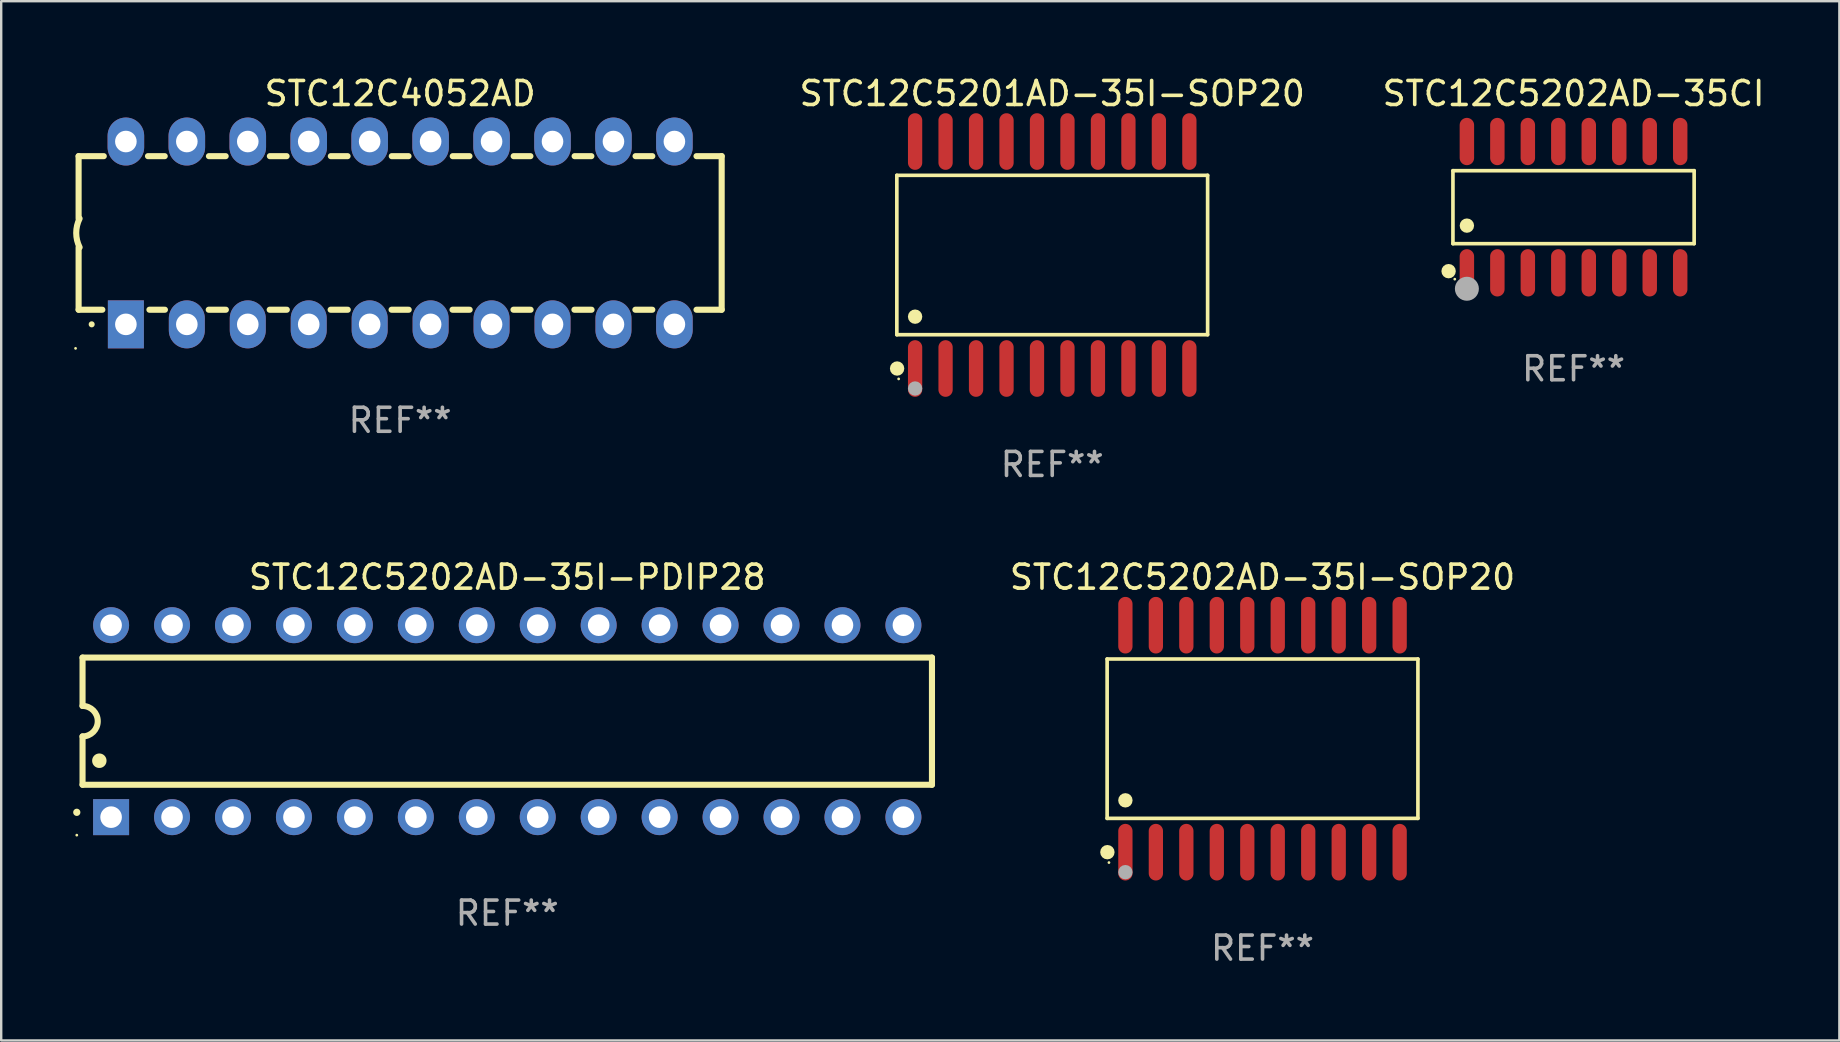
<source format=kicad_pcb>
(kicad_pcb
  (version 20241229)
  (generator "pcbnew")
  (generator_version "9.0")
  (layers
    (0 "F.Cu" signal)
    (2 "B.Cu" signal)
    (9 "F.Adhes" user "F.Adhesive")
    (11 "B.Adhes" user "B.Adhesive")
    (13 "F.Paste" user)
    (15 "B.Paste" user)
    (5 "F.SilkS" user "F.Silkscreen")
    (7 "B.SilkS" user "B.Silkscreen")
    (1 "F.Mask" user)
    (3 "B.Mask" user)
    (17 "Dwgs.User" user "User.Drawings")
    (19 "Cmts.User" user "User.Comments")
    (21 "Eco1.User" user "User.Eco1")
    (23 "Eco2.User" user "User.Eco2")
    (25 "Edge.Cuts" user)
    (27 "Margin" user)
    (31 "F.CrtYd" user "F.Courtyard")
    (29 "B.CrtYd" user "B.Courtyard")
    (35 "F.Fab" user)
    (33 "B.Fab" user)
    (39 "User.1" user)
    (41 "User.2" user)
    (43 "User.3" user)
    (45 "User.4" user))
  (footprint "STC12C5202AD-35I-PDIP28"
    (layer "F.Cu")
    (at 18.09 27.005)
    (property "Reference" "STC12C5202AD-35I-PDIP28" (at 0 -6 0) (layer "F.SilkS") (effects (font (size 1 1) (thickness 0.15))))
    (attr through_hole)
    (fp_line (start -17.7 -2.65) (end 17.7 -2.65) (stroke (width 0.254) (type solid)) (layer "F.SilkS"))
    (fp_line (start -17.7 -0.635) (end -17.7 -2.65) (stroke (width 0.254) (type solid)) (layer "F.SilkS"))
    (fp_line (start -17.7 2.65) (end -17.7 0.635) (stroke (width 0.254) (type solid)) (layer "F.SilkS"))
    (fp_line (start 17.7 -2.65) (end 17.7 2.65) (stroke (width 0.254) (type solid)) (layer "F.SilkS"))
    (fp_line (start 17.7 2.65) (end -17.7 2.65) (stroke (width 0.254) (type solid)) (layer "F.SilkS"))
    (fp_arc (start -17.940056 3.799848) (mid -17.940061 3.798578) (end -17.940056 3.797308) (stroke (width 0.3) (type solid)) (layer "F.SilkS"))
    (fp_arc (start -17.701295 -0.635001) (mid -17.066294 0) (end -17.701295 0.635001) (stroke (width 0.254001) (type solid)) (layer "F.SilkS"))
    (fp_arc (start -17.000254 1.651003) (mid -17.000265 1.648463) (end -17.000254 1.645923) (stroke (width 0.6) (type solid)) (layer "F.SilkS"))
    (fp_circle (center -17.94 4.75) (end -17.91 4.75) (stroke (width 0.06) (type solid)) (fill no) (layer "F.SilkS"))
    (fp_text user "REF**" (at 0 8 0) (layer "F.Fab") (effects (font (size 1 1) (thickness 0.15))))
    (pad "1" thru_hole rect (at -16.51 4 90) (size 1.5 1.5) (drill 0.9) (layers "*.Cu" "*.Mask"))
    (pad "2" thru_hole circle (at -13.97 4) (size 1.5 1.5) (drill 0.9) (layers "*.Cu" "*.Mask"))
    (pad "3" thru_hole circle (at -11.43 4) (size 1.5 1.5) (drill 0.9) (layers "*.Cu" "*.Mask"))
    (pad "4" thru_hole circle (at -8.89 4) (size 1.5 1.5) (drill 0.9) (layers "*.Cu" "*.Mask"))
    (pad "5" thru_hole circle (at -6.35 4) (size 1.5 1.5) (drill 0.9) (layers "*.Cu" "*.Mask"))
    (pad "6" thru_hole circle (at -3.81 4) (size 1.5 1.5) (drill 0.9) (layers "*.Cu" "*.Mask"))
    (pad "7" thru_hole circle (at -1.27 4) (size 1.5 1.5) (drill 0.9) (layers "*.Cu" "*.Mask"))
    (pad "8" thru_hole circle (at 1.27 4) (size 1.5 1.5) (drill 0.9) (layers "*.Cu" "*.Mask"))
    (pad "9" thru_hole circle (at 3.81 4) (size 1.5 1.5) (drill 0.9) (layers "*.Cu" "*.Mask"))
    (pad "10" thru_hole circle (at 6.35 4) (size 1.5 1.5) (drill 0.9) (layers "*.Cu" "*.Mask"))
    (pad "11" thru_hole circle (at 8.89 4) (size 1.5 1.5) (drill 0.9) (layers "*.Cu" "*.Mask"))
    (pad "12" thru_hole circle (at 11.43 4) (size 1.5 1.5) (drill 0.9) (layers "*.Cu" "*.Mask"))
    (pad "13" thru_hole circle (at 13.97 4) (size 1.5 1.5) (drill 0.9) (layers "*.Cu" "*.Mask"))
    (pad "14" thru_hole circle (at 16.51 4) (size 1.5 1.5) (drill 0.9) (layers "*.Cu" "*.Mask"))
    (pad "15" thru_hole circle (at 16.51 -4) (size 1.5 1.5) (drill 0.9) (layers "*.Cu" "*.Mask"))
    (pad "16" thru_hole circle (at 13.97 -4) (size 1.5 1.5) (drill 0.9) (layers "*.Cu" "*.Mask"))
    (pad "17" thru_hole circle (at 11.43 -4) (size 1.5 1.5) (drill 0.9) (layers "*.Cu" "*.Mask"))
    (pad "18" thru_hole circle (at 8.89 -4) (size 1.5 1.5) (drill 0.9) (layers "*.Cu" "*.Mask"))
    (pad "19" thru_hole circle (at 6.35 -4) (size 1.5 1.5) (drill 0.9) (layers "*.Cu" "*.Mask"))
    (pad "20" thru_hole circle (at 3.81 -4) (size 1.5 1.5) (drill 0.9) (layers "*.Cu" "*.Mask"))
    (pad "21" thru_hole circle (at 1.27 -4) (size 1.5 1.5) (drill 0.9) (layers "*.Cu" "*.Mask"))
    (pad "22" thru_hole circle (at -1.27 -4) (size 1.5 1.5) (drill 0.9) (layers "*.Cu" "*.Mask"))
    (pad "23" thru_hole circle (at -3.81 -4) (size 1.5 1.5) (drill 0.9) (layers "*.Cu" "*.Mask"))
    (pad "24" thru_hole circle (at -6.35 -4) (size 1.5 1.5) (drill 0.9) (layers "*.Cu" "*.Mask"))
    (pad "25" thru_hole circle (at -8.89 -4) (size 1.5 1.5) (drill 0.9) (layers "*.Cu" "*.Mask"))
    (pad "26" thru_hole circle (at -11.43 -4) (size 1.5 1.5) (drill 0.9) (layers "*.Cu" "*.Mask"))
    (pad "27" thru_hole circle (at -13.97 -4) (size 1.5 1.5) (drill 0.9) (layers "*.Cu" "*.Mask"))
    (pad "28" thru_hole circle (at -16.51 -4) (size 1.5 1.5) (drill 0.9) (layers "*.Cu" "*.Mask")))
  (footprint "STC12C5202AD-35CI"
    (layer "F.Cu")
    (at 62.528 5.584)
    (property "Reference" "STC12C5202AD-35CI" (at 0 -4.736 0) (layer "F.SilkS") (effects (font (size 1 1) (thickness 0.15))))
    (attr through_hole)
    (fp_line (start -5.026 -1.521) (end 5.026 -1.521) (stroke (width 0.152) (type solid)) (layer "F.SilkS"))
    (fp_line (start -5.026 1.521) (end -5.026 -1.521) (stroke (width 0.152) (type solid)) (layer "F.SilkS"))
    (fp_line (start 5.026 -1.521) (end 5.026 1.521) (stroke (width 0.152) (type solid)) (layer "F.SilkS"))
    (fp_line (start 5.026 1.521) (end -5.026 1.521) (stroke (width 0.152) (type solid)) (layer "F.SilkS"))
    (fp_circle (center -5.207 2.667) (end -5.057 2.667) (stroke (width 0.3) (type solid)) (fill no) (layer "F.SilkS"))
    (fp_circle (center -4.95 3) (end -4.92 3) (stroke (width 0.06) (type solid)) (fill no) (layer "F.SilkS"))
    (fp_circle (center -4.445 0.769) (end -4.295 0.769) (stroke (width 0.3) (type solid)) (fill no) (layer "F.SilkS"))
    (fp_circle (center -4.445 3.4) (end -4.195 3.4) (stroke (width 0.5) (type solid)) (fill no) (layer "F.Fab"))
    (fp_text user "REF**" (at 0 6.736 0) (layer "F.Fab") (effects (font (size 1 1) (thickness 0.15))))
    (pad "1" smd oval (at -4.445 2.736) (size 0.602 1.971) (layers "F.Cu" "F.Mask" "F.Paste"))
    (pad "2" smd oval (at -3.175 2.736) (size 0.602 1.971) (layers "F.Cu" "F.Mask" "F.Paste"))
    (pad "3" smd oval (at -1.905 2.736) (size 0.602 1.971) (layers "F.Cu" "F.Mask" "F.Paste"))
    (pad "4" smd oval (at -0.635 2.736) (size 0.602 1.971) (layers "F.Cu" "F.Mask" "F.Paste"))
    (pad "5" smd oval (at 0.635 2.736) (size 0.602 1.971) (layers "F.Cu" "F.Mask" "F.Paste"))
    (pad "6" smd oval (at 1.905 2.736) (size 0.602 1.971) (layers "F.Cu" "F.Mask" "F.Paste"))
    (pad "7" smd oval (at 3.175 2.736) (size 0.602 1.971) (layers "F.Cu" "F.Mask" "F.Paste"))
    (pad "8" smd oval (at 4.445 2.736) (size 0.602 1.971) (layers "F.Cu" "F.Mask" "F.Paste"))
    (pad "9" smd oval (at 4.445 -2.736) (size 0.602 1.971) (layers "F.Cu" "F.Mask" "F.Paste"))
    (pad "10" smd oval (at 3.175 -2.736) (size 0.602 1.971) (layers "F.Cu" "F.Mask" "F.Paste"))
    (pad "11" smd oval (at 1.905 -2.736) (size 0.602 1.971) (layers "F.Cu" "F.Mask" "F.Paste"))
    (pad "12" smd oval (at 0.635 -2.736) (size 0.602 1.971) (layers "F.Cu" "F.Mask" "F.Paste"))
    (pad "13" smd oval (at -0.635 -2.736) (size 0.602 1.971) (layers "F.Cu" "F.Mask" "F.Paste"))
    (pad "14" smd oval (at -1.905 -2.736) (size 0.602 1.971) (layers "F.Cu" "F.Mask" "F.Paste"))
    (pad "15" smd oval (at -3.175 -2.736) (size 0.602 1.971) (layers "F.Cu" "F.Mask" "F.Paste"))
    (pad "16" smd oval (at -4.445 -2.736) (size 0.602 1.971) (layers "F.Cu" "F.Mask" "F.Paste")))
  (footprint "STC12C5201AD-35I-SOP20"
    (layer "F.Cu")
    (at 40.802 7.578)
    (property "Reference" "STC12C5201AD-35I-SOP20" (at 0 -6.73 0) (layer "F.SilkS") (effects (font (size 1 1) (thickness 0.15))))
    (attr through_hole)
    (fp_line (start -6.476 -3.321) (end 6.476 -3.321) (stroke (width 0.152) (type solid)) (layer "F.SilkS"))
    (fp_line (start -6.476 3.321) (end -6.476 -3.321) (stroke (width 0.152) (type solid)) (layer "F.SilkS"))
    (fp_line (start 6.476 -3.321) (end 6.476 3.321) (stroke (width 0.152) (type solid)) (layer "F.SilkS"))
    (fp_line (start 6.476 3.321) (end -6.476 3.321) (stroke (width 0.152) (type solid)) (layer "F.SilkS"))
    (fp_circle (center -6.465 4.73) (end -6.315 4.73) (stroke (width 0.3) (type solid)) (fill no) (layer "F.SilkS"))
    (fp_circle (center -6.4 5.163) (end -6.37 5.163) (stroke (width 0.06) (type solid)) (fill no) (layer "F.SilkS"))
    (fp_circle (center -5.715 2.569) (end -5.565 2.569) (stroke (width 0.3) (type solid)) (fill no) (layer "F.SilkS"))
    (fp_circle (center -5.715 5.563) (end -5.565 5.563) (stroke (width 0.3) (type solid)) (fill no) (layer "F.Fab"))
    (fp_text user "REF**" (at 0 8.73 0) (layer "F.Fab") (effects (font (size 1 1) (thickness 0.15))))
    (pad "1" smd oval (at -5.715 4.73) (size 0.595 2.36) (layers "F.Cu" "F.Mask" "F.Paste"))
    (pad "2" smd oval (at -4.445 4.73) (size 0.595 2.36) (layers "F.Cu" "F.Mask" "F.Paste"))
    (pad "3" smd oval (at -3.175 4.73) (size 0.595 2.36) (layers "F.Cu" "F.Mask" "F.Paste"))
    (pad "4" smd oval (at -1.905 4.73) (size 0.595 2.36) (layers "F.Cu" "F.Mask" "F.Paste"))
    (pad "5" smd oval (at -0.635 4.73) (size 0.595 2.36) (layers "F.Cu" "F.Mask" "F.Paste"))
    (pad "6" smd oval (at 0.635 4.73) (size 0.595 2.36) (layers "F.Cu" "F.Mask" "F.Paste"))
    (pad "7" smd oval (at 1.905 4.73) (size 0.595 2.36) (layers "F.Cu" "F.Mask" "F.Paste"))
    (pad "8" smd oval (at 3.175 4.73) (size 0.595 2.36) (layers "F.Cu" "F.Mask" "F.Paste"))
    (pad "9" smd oval (at 4.445 4.73) (size 0.595 2.36) (layers "F.Cu" "F.Mask" "F.Paste"))
    (pad "10" smd oval (at 5.715 4.73) (size 0.595 2.36) (layers "F.Cu" "F.Mask" "F.Paste"))
    (pad "11" smd oval (at 5.715 -4.73) (size 0.595 2.36) (layers "F.Cu" "F.Mask" "F.Paste"))
    (pad "12" smd oval (at 4.445 -4.73) (size 0.595 2.36) (layers "F.Cu" "F.Mask" "F.Paste"))
    (pad "13" smd oval (at 3.175 -4.73) (size 0.595 2.36) (layers "F.Cu" "F.Mask" "F.Paste"))
    (pad "14" smd oval (at 1.905 -4.73) (size 0.595 2.36) (layers "F.Cu" "F.Mask" "F.Paste"))
    (pad "15" smd oval (at 0.635 -4.73) (size 0.595 2.36) (layers "F.Cu" "F.Mask" "F.Paste"))
    (pad "16" smd oval (at -0.635 -4.73) (size 0.595 2.36) (layers "F.Cu" "F.Mask" "F.Paste"))
    (pad "17" smd oval (at -1.905 -4.73) (size 0.595 2.36) (layers "F.Cu" "F.Mask" "F.Paste"))
    (pad "18" smd oval (at -3.175 -4.73) (size 0.595 2.36) (layers "F.Cu" "F.Mask" "F.Paste"))
    (pad "19" smd oval (at -4.445 -4.73) (size 0.595 2.36) (layers "F.Cu" "F.Mask" "F.Paste"))
    (pad "20" smd oval (at -5.715 -4.73) (size 0.595 2.36) (layers "F.Cu" "F.Mask" "F.Paste")))
  (footprint "STC12C4052AD"
    (layer "F.Cu")
    (at 13.626 6.658)
    (property "Reference" "STC12C4052AD" (at 0 -5.81 0) (layer "F.SilkS") (effects (font (size 1 1) (thickness 0.15))))
    (attr through_hole)
    (fp_line (start -13.4 -3.2) (end -12.351 -3.2) (stroke (width 0.254) (type solid)) (layer "F.SilkS"))
    (fp_line (start -13.4 -0.6) (end -13.4 -3.2) (stroke (width 0.254) (type solid)) (layer "F.SilkS"))
    (fp_line (start -13.4 3.2) (end -13.4 0.6) (stroke (width 0.254) (type solid)) (layer "F.SilkS"))
    (fp_line (start -13.4 3.2) (end -12.411 3.2) (stroke (width 0.254) (type solid)) (layer "F.SilkS"))
    (fp_line (start -10.509 -3.2) (end -9.811 -3.2) (stroke (width 0.254) (type solid)) (layer "F.SilkS"))
    (fp_line (start -10.449 3.2) (end -9.803 3.2) (stroke (width 0.254) (type solid)) (layer "F.SilkS"))
    (fp_line (start -7.977 3.2) (end -7.263 3.2) (stroke (width 0.254) (type solid)) (layer "F.SilkS"))
    (fp_line (start -7.969 -3.2) (end -7.271 -3.2) (stroke (width 0.254) (type solid)) (layer "F.SilkS"))
    (fp_line (start -5.437 3.2) (end -4.723 3.2) (stroke (width 0.254) (type solid)) (layer "F.SilkS"))
    (fp_line (start -5.429 -3.2) (end -4.731 -3.2) (stroke (width 0.254) (type solid)) (layer "F.SilkS"))
    (fp_line (start -2.897 3.2) (end -2.183 3.2) (stroke (width 0.254) (type solid)) (layer "F.SilkS"))
    (fp_line (start -2.889 -3.2) (end -2.191 -3.2) (stroke (width 0.254) (type solid)) (layer "F.SilkS"))
    (fp_line (start -0.357 3.2) (end 0.357 3.2) (stroke (width 0.254) (type solid)) (layer "F.SilkS"))
    (fp_line (start -0.349 -3.2) (end 0.349 -3.2) (stroke (width 0.254) (type solid)) (layer "F.SilkS"))
    (fp_line (start 2.183 3.2) (end 2.897 3.2) (stroke (width 0.254) (type solid)) (layer "F.SilkS"))
    (fp_line (start 2.191 -3.2) (end 2.889 -3.2) (stroke (width 0.254) (type solid)) (layer "F.SilkS"))
    (fp_line (start 4.723 3.2) (end 5.437 3.2) (stroke (width 0.254) (type solid)) (layer "F.SilkS"))
    (fp_line (start 4.731 -3.2) (end 5.429 -3.2) (stroke (width 0.254) (type solid)) (layer "F.SilkS"))
    (fp_line (start 7.263 3.2) (end 7.977 3.2) (stroke (width 0.254) (type solid)) (layer "F.SilkS"))
    (fp_line (start 7.271 -3.2) (end 7.969 -3.2) (stroke (width 0.254) (type solid)) (layer "F.SilkS"))
    (fp_line (start 9.803 3.2) (end 10.509 3.2) (stroke (width 0.254) (type solid)) (layer "F.SilkS"))
    (fp_line (start 9.811 -3.2) (end 10.509 -3.2) (stroke (width 0.254) (type solid)) (layer "F.SilkS"))
    (fp_line (start 12.351 -3.2) (end 13.4 -3.2) (stroke (width 0.254) (type solid)) (layer "F.SilkS"))
    (fp_line (start 12.351 3.2) (end 13.4 3.2) (stroke (width 0.254) (type solid)) (layer "F.SilkS"))
    (fp_line (start 13.4 -3.2) (end 13.4 3.2) (stroke (width 0.254) (type solid)) (layer "F.SilkS"))
    (fp_arc (start -13.357557 0.599721) (mid -13.499295 0.000123) (end -13.358598 -0.599721) (stroke (width 0.254001) (type solid)) (layer "F.SilkS"))
    (fp_arc (start -12.854966 3.810008) (mid -12.854973 3.808738) (end -12.854966 3.807468) (stroke (width 0.25) (type solid)) (layer "F.SilkS"))
    (fp_circle (center -13.527 4.81) (end -13.497 4.81) (stroke (width 0.06) (type solid)) (fill no) (layer "F.SilkS"))
    (fp_text user "REF**" (at 0 7.81 0) (layer "F.Fab") (effects (font (size 1 1) (thickness 0.15))))
    (pad "1" thru_hole rect (at -11.43 3.81 90) (size 2 1.5) (drill 0.9) (layers "*.Cu" "*.Mask"))
    (pad "2" thru_hole oval (at -8.89 3.81 90) (size 2 1.5) (drill 0.9) (layers "*.Cu" "*.Mask"))
    (pad "3" thru_hole oval (at -6.35 3.81 90) (size 2 1.5) (drill 0.9) (layers "*.Cu" "*.Mask"))
    (pad "4" thru_hole oval (at -3.81 3.81 90) (size 2 1.5) (drill 0.9) (layers "*.Cu" "*.Mask"))
    (pad "5" thru_hole oval (at -1.27 3.81 90) (size 2 1.5) (drill 0.9) (layers "*.Cu" "*.Mask"))
    (pad "6" thru_hole oval (at 1.27 3.81 90) (size 2 1.5) (drill 0.9) (layers "*.Cu" "*.Mask"))
    (pad "7" thru_hole oval (at 3.81 3.81 90) (size 2 1.5) (drill 0.9) (layers "*.Cu" "*.Mask"))
    (pad "8" thru_hole oval (at 6.35 3.81 90) (size 2 1.5) (drill 0.9) (layers "*.Cu" "*.Mask"))
    (pad "9" thru_hole oval (at 8.89 3.81 90) (size 2 1.5) (drill 0.9) (layers "*.Cu" "*.Mask"))
    (pad "10" thru_hole oval (at 11.43 3.81 90) (size 2 1.524) (drill 0.9) (layers "*.Cu" "*.Mask"))
    (pad "11" thru_hole oval (at 11.43 -3.81 90) (size 2 1.524) (drill 0.9) (layers "*.Cu" "*.Mask"))
    (pad "12" thru_hole oval (at 8.89 -3.81 90) (size 2 1.524) (drill 0.9) (layers "*.Cu" "*.Mask"))
    (pad "13" thru_hole oval (at 6.35 -3.81 90) (size 2 1.524) (drill 0.9) (layers "*.Cu" "*.Mask"))
    (pad "14" thru_hole oval (at 3.81 -3.81 90) (size 2 1.524) (drill 0.9) (layers "*.Cu" "*.Mask"))
    (pad "15" thru_hole oval (at 1.27 -3.81 90) (size 2 1.524) (drill 0.9) (layers "*.Cu" "*.Mask"))
    (pad "16" thru_hole oval (at -1.27 -3.81 90) (size 2 1.524) (drill 0.9) (layers "*.Cu" "*.Mask"))
    (pad "17" thru_hole oval (at -3.81 -3.81 90) (size 2 1.524) (drill 0.9) (layers "*.Cu" "*.Mask"))
    (pad "18" thru_hole oval (at -6.35 -3.81 90) (size 2 1.524) (drill 0.9) (layers "*.Cu" "*.Mask"))
    (pad "19" thru_hole oval (at -8.89 -3.81 90) (size 2 1.524) (drill 0.9) (layers "*.Cu" "*.Mask"))
    (pad "20" thru_hole oval (at -11.43 -3.81 90) (size 2 1.524) (drill 0.9) (layers "*.Cu" "*.Mask")))
  (footprint "STC12C5202AD-35I-SOP20"
    (layer "F.Cu")
    (at 49.566 27.735)
    (property "Reference" "STC12C5202AD-35I-SOP20" (at 0 -6.73 0) (layer "F.SilkS") (effects (font (size 1 1) (thickness 0.15))))
    (attr through_hole)
    (fp_line (start -6.476 -3.321) (end 6.476 -3.321) (stroke (width 0.152) (type solid)) (layer "F.SilkS"))
    (fp_line (start -6.476 3.321) (end -6.476 -3.321) (stroke (width 0.152) (type solid)) (layer "F.SilkS"))
    (fp_line (start 6.476 -3.321) (end 6.476 3.321) (stroke (width 0.152) (type solid)) (layer "F.SilkS"))
    (fp_line (start 6.476 3.321) (end -6.476 3.321) (stroke (width 0.152) (type solid)) (layer "F.SilkS"))
    (fp_circle (center -6.465 4.73) (end -6.315 4.73) (stroke (width 0.3) (type solid)) (fill no) (layer "F.SilkS"))
    (fp_circle (center -6.4 5.163) (end -6.37 5.163) (stroke (width 0.06) (type solid)) (fill no) (layer "F.SilkS"))
    (fp_circle (center -5.715 2.569) (end -5.565 2.569) (stroke (width 0.3) (type solid)) (fill no) (layer "F.SilkS"))
    (fp_circle (center -5.715 5.563) (end -5.565 5.563) (stroke (width 0.3) (type solid)) (fill no) (layer "F.Fab"))
    (fp_text user "REF**" (at 0 8.73 0) (layer "F.Fab") (effects (font (size 1 1) (thickness 0.15))))
    (pad "1" smd oval (at -5.715 4.73) (size 0.595 2.36) (layers "F.Cu" "F.Mask" "F.Paste"))
    (pad "2" smd oval (at -4.445 4.73) (size 0.595 2.36) (layers "F.Cu" "F.Mask" "F.Paste"))
    (pad "3" smd oval (at -3.175 4.73) (size 0.595 2.36) (layers "F.Cu" "F.Mask" "F.Paste"))
    (pad "4" smd oval (at -1.905 4.73) (size 0.595 2.36) (layers "F.Cu" "F.Mask" "F.Paste"))
    (pad "5" smd oval (at -0.635 4.73) (size 0.595 2.36) (layers "F.Cu" "F.Mask" "F.Paste"))
    (pad "6" smd oval (at 0.635 4.73) (size 0.595 2.36) (layers "F.Cu" "F.Mask" "F.Paste"))
    (pad "7" smd oval (at 1.905 4.73) (size 0.595 2.36) (layers "F.Cu" "F.Mask" "F.Paste"))
    (pad "8" smd oval (at 3.175 4.73) (size 0.595 2.36) (layers "F.Cu" "F.Mask" "F.Paste"))
    (pad "9" smd oval (at 4.445 4.73) (size 0.595 2.36) (layers "F.Cu" "F.Mask" "F.Paste"))
    (pad "10" smd oval (at 5.715 4.73) (size 0.595 2.36) (layers "F.Cu" "F.Mask" "F.Paste"))
    (pad "11" smd oval (at 5.715 -4.73) (size 0.595 2.36) (layers "F.Cu" "F.Mask" "F.Paste"))
    (pad "12" smd oval (at 4.445 -4.73) (size 0.595 2.36) (layers "F.Cu" "F.Mask" "F.Paste"))
    (pad "13" smd oval (at 3.175 -4.73) (size 0.595 2.36) (layers "F.Cu" "F.Mask" "F.Paste"))
    (pad "14" smd oval (at 1.905 -4.73) (size 0.595 2.36) (layers "F.Cu" "F.Mask" "F.Paste"))
    (pad "15" smd oval (at 0.635 -4.73) (size 0.595 2.36) (layers "F.Cu" "F.Mask" "F.Paste"))
    (pad "16" smd oval (at -0.635 -4.73) (size 0.595 2.36) (layers "F.Cu" "F.Mask" "F.Paste"))
    (pad "17" smd oval (at -1.905 -4.73) (size 0.595 2.36) (layers "F.Cu" "F.Mask" "F.Paste"))
    (pad "18" smd oval (at -3.175 -4.73) (size 0.595 2.36) (layers "F.Cu" "F.Mask" "F.Paste"))
    (pad "19" smd oval (at -4.445 -4.73) (size 0.595 2.36) (layers "F.Cu" "F.Mask" "F.Paste"))
    (pad "20" smd oval (at -5.715 -4.73) (size 0.595 2.36) (layers "F.Cu" "F.Mask" "F.Paste")))
  (gr_rect
    (start -3 -3)
    (end 73.606 40.313)
    (stroke (width 0.1) (type default))
    (fill no)
    (layer "Edge.Cuts")))
</source>
